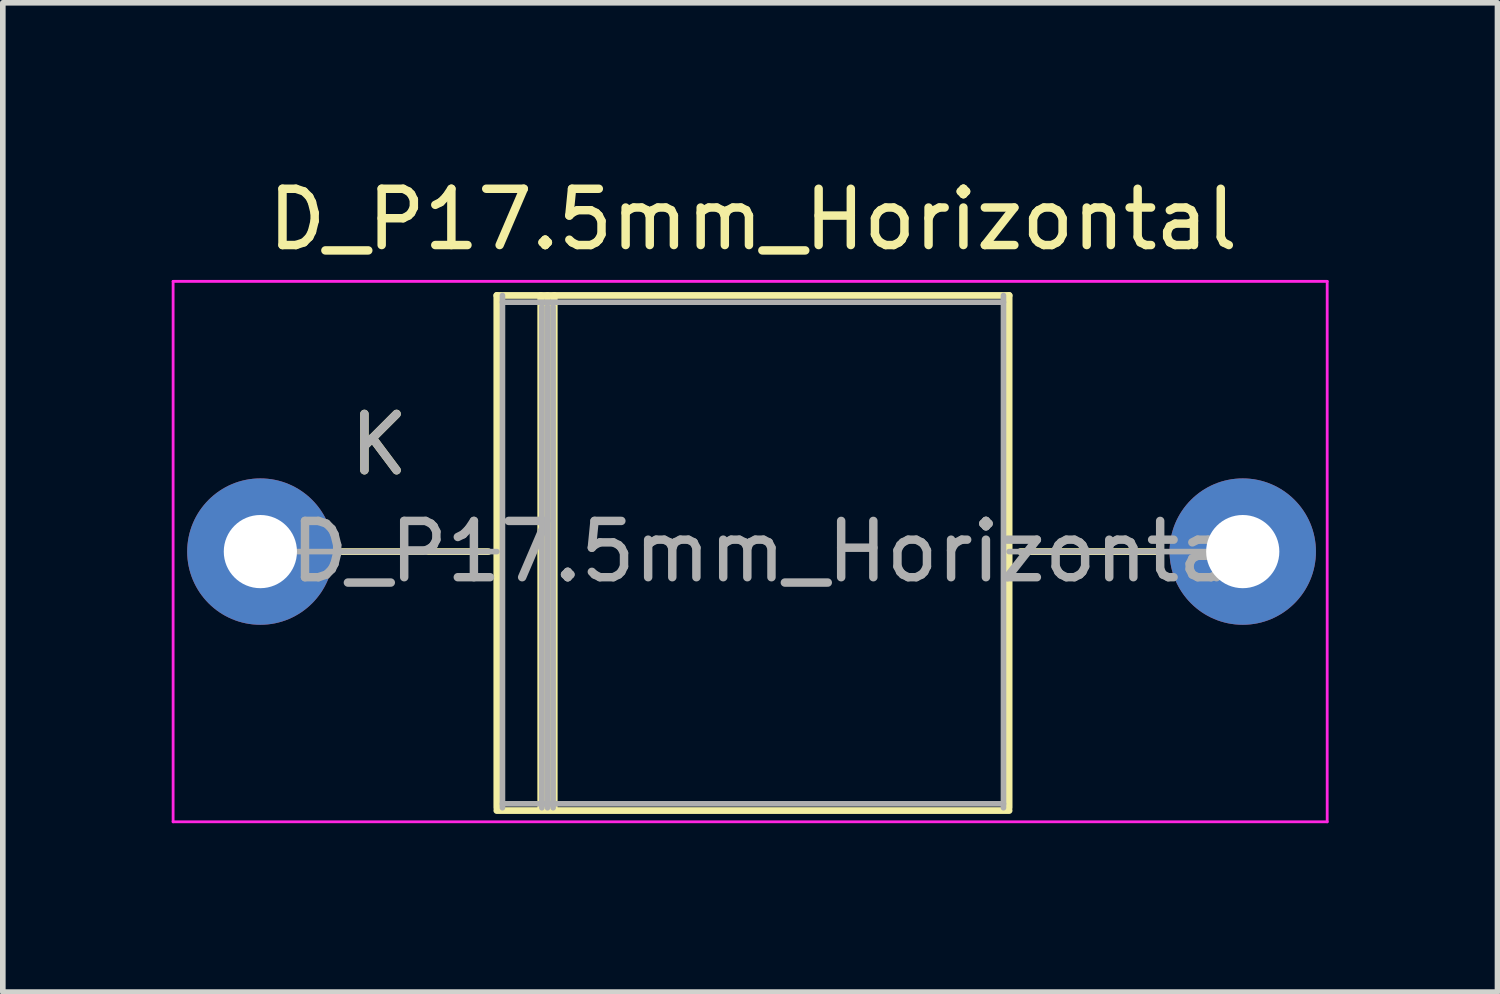
<source format=kicad_pcb>
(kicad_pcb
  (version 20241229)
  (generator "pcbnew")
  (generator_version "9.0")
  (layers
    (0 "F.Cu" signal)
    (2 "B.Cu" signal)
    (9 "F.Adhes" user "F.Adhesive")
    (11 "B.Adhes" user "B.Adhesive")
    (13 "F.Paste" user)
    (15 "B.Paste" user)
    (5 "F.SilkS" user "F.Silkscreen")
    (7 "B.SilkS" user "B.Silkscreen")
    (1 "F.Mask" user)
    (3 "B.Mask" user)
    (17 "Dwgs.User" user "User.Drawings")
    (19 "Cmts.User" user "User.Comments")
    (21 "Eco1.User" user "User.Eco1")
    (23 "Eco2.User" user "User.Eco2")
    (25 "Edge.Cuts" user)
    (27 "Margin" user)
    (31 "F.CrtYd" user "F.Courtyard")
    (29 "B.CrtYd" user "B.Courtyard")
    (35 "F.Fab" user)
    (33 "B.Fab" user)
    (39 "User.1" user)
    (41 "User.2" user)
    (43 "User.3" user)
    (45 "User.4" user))
  (footprint "D_P17.5mm_Horizontal"
    (layer "F.Cu")
    (at 10.325 6.748)
    (property "Reference" "D_P17.5mm_Horizontal" (at 0 -5.9 0) (unlocked yes) (layer "F.SilkS") (effects (font (size 1 1) (thickness 0.15))))
    (attr through_hole)
    (fp_line (start -7.3 0) (end -4.7 0) (stroke (width 0.12) (type solid)) (layer "F.SilkS"))
    (fp_line (start -4.55 -4.55) (end -4.55 4.55) (stroke (width 0.12) (type solid)) (layer "F.SilkS"))
    (fp_line (start -4.55 4.6) (end 4.55 4.6) (stroke (width 0.12) (type solid)) (layer "F.SilkS"))
    (fp_line (start -3.77 -4.55) (end -3.77 4.55) (stroke (width 0.12) (type solid)) (layer "F.SilkS"))
    (fp_line (start -3.65 -4.55) (end -3.65 4.55) (stroke (width 0.12) (type solid)) (layer "F.SilkS"))
    (fp_line (start -3.53 -4.55) (end -3.53 4.55) (stroke (width 0.12) (type solid)) (layer "F.SilkS"))
    (fp_line (start 4.55 -4.55) (end -4.55 -4.55) (stroke (width 0.12) (type solid)) (layer "F.SilkS"))
    (fp_line (start 4.55 4.55) (end 4.55 -4.55) (stroke (width 0.12) (type solid)) (layer "F.SilkS"))
    (fp_line (start 7.2 0) (end 4.75 0) (stroke (width 0.12) (type solid)) (layer "F.SilkS"))
    (fp_line (start -10.3 -4.8) (end -10.3 4.8) (stroke (width 0.05) (type solid)) (layer "F.CrtYd"))
    (fp_line (start -10.3 4.8) (end 10.2 4.8) (stroke (width 0.05) (type solid)) (layer "F.CrtYd"))
    (fp_line (start 10.2 -4.8) (end -10.3 -4.8) (stroke (width 0.05) (type solid)) (layer "F.CrtYd"))
    (fp_line (start 10.2 4.8) (end 10.2 -4.8) (stroke (width 0.05) (type solid)) (layer "F.CrtYd"))
    (fp_line (start -8.75 0) (end -4.55 0) (stroke (width 0.1) (type solid)) (layer "F.Fab"))
    (fp_line (start -4.45 -4.55) (end -4.45 4.55) (stroke (width 0.1) (type solid)) (layer "F.Fab"))
    (fp_line (start -4.45 4.48) (end 4.45 4.48) (stroke (width 0.1) (type solid)) (layer "F.Fab"))
    (fp_line (start -3.75 -4.35) (end -3.75 4.55) (stroke (width 0.1) (type solid)) (layer "F.Fab"))
    (fp_line (start -3.65 -4.35) (end -3.65 4.55) (stroke (width 0.1) (type solid)) (layer "F.Fab"))
    (fp_line (start -3.55 -4.35) (end -3.55 4.55) (stroke (width 0.1) (type solid)) (layer "F.Fab"))
    (fp_line (start 4.45 -4.43) (end -4.45 -4.43) (stroke (width 0.1) (type solid)) (layer "F.Fab"))
    (fp_line (start 4.45 4.55) (end 4.45 -4.55) (stroke (width 0.1) (type solid)) (layer "F.Fab"))
    (fp_line (start 8.75 0) (end 4.55 0) (stroke (width 0.1) (type solid)) (layer "F.Fab"))
    (fp_text user "K" (at -6.64 -1.9 0) (layer "F.SilkS") (effects (font (size 1 1) (thickness 0.15))))
    (fp_text user "${REFERENCE}" (at 0.4 0 0) (layer "F.Fab") (effects (font (size 1 1) (thickness 0.15))))
    (fp_text user "K" (at -6.64 -1.9 0) (layer "F.Fab") (effects (font (size 1 1) (thickness 0.15))))
    (pad "1" thru_hole oval (at -8.75 0) (size 2.6 2.6) (drill 1.3) (layers "*.Cu" "*.Mask"))
    (pad "1" thru_hole oval (at 8.7 0) (size 2.6 2.6) (drill 1.3) (layers "*.Cu" "*.Mask")))
  (gr_rect
    (start -3 -3)
    (end 23.55 14.573)
    (stroke (width 0.1) (type default))
    (fill no)
    (layer "Edge.Cuts")))
</source>
